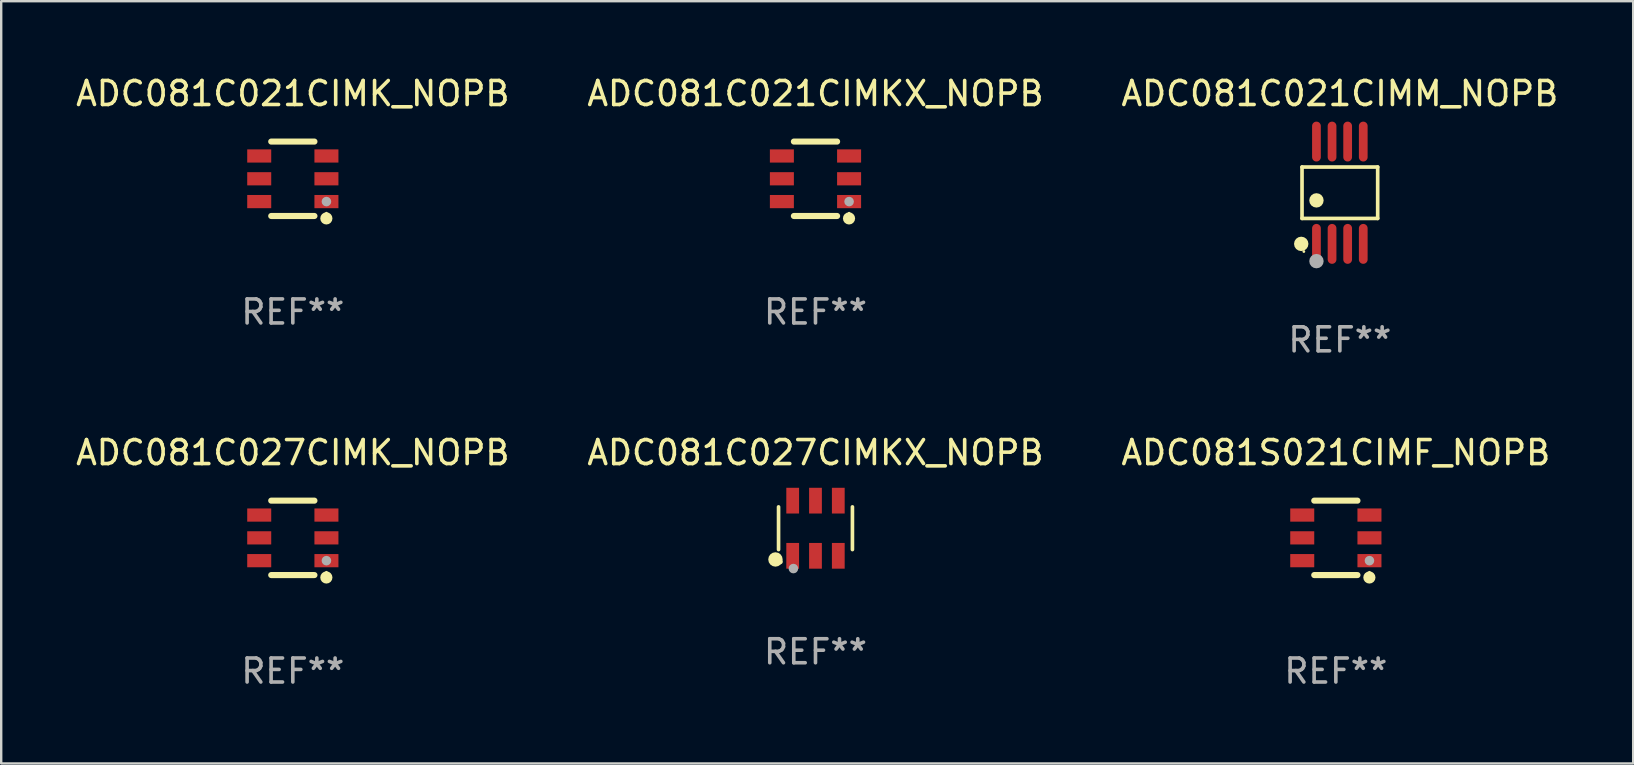
<source format=kicad_pcb>
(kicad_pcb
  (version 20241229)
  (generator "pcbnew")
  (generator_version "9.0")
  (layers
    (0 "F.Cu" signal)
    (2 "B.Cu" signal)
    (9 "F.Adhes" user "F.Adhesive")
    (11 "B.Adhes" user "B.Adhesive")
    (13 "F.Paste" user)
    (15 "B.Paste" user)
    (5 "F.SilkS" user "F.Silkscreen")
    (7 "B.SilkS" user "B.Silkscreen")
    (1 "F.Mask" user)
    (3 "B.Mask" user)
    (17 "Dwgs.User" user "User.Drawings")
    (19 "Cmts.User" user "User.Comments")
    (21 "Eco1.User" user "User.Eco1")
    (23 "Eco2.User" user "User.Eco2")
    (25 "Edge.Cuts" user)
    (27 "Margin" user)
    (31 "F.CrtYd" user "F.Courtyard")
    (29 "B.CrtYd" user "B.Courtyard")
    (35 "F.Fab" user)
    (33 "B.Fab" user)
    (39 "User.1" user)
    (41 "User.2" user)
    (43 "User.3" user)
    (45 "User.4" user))
  (footprint "ADC081C021CIMK_NOPB"
    (layer "F.Cu")
    (at 9.149 4.398)
    (property "Reference" "ADC081C021CIMK_NOPB" (at 0 -3.55 0) (layer "F.SilkS") (effects (font (size 1 1) (thickness 0.15))))
    (attr through_hole)
    (fp_line (start -0.9 -1.55) (end 0.9 -1.55) (stroke (width 0.254) (type solid)) (layer "F.SilkS"))
    (fp_line (start -0.9 1.55) (end 0.9 1.55) (stroke (width 0.254) (type solid)) (layer "F.SilkS"))
    (fp_circle (center 1.397 1.651) (end 1.524 1.651) (stroke (width 0.254) (type solid)) (fill no) (layer "F.SilkS"))
    (fp_circle (center 1.4 1.435) (end 1.43 1.435) (stroke (width 0.06) (type solid)) (fill no) (layer "F.SilkS"))
    (fp_circle (center 1.4 0.95) (end 1.5 0.95) (stroke (width 0.2) (type solid)) (fill no) (layer "F.Fab"))
    (fp_text user "REF**" (at 0 5.55 0) (layer "F.Fab") (effects (font (size 1 1) (thickness 0.15))))
    (pad "1" smd rect (at 1.4 0.95) (size 1 0.55) (layers "F.Cu" "F.Mask" "F.Paste"))
    (pad "2" smd rect (at 1.4 -0.000102) (size 1 0.55) (layers "F.Cu" "F.Mask" "F.Paste"))
    (pad "3" smd rect (at 1.4 -0.95) (size 1 0.55) (layers "F.Cu" "F.Mask" "F.Paste"))
    (pad "4" smd rect (at -1.4 -0.95) (size 1 0.55) (layers "F.Cu" "F.Mask" "F.Paste"))
    (pad "5" smd rect (at -1.4 -0.000102) (size 1 0.55) (layers "F.Cu" "F.Mask" "F.Paste"))
    (pad "6" smd rect (at -1.4 0.95) (size 1 0.55) (layers "F.Cu" "F.Mask" "F.Paste")))
  (footprint "ADC081C021CIMKX_NOPB"
    (layer "F.Cu")
    (at 30.923 4.398)
    (property "Reference" "ADC081C021CIMKX_NOPB" (at 0 -3.55 0) (layer "F.SilkS") (effects (font (size 1 1) (thickness 0.15))))
    (attr through_hole)
    (fp_line (start -0.9 -1.55) (end 0.9 -1.55) (stroke (width 0.254) (type solid)) (layer "F.SilkS"))
    (fp_line (start -0.9 1.55) (end 0.9 1.55) (stroke (width 0.254) (type solid)) (layer "F.SilkS"))
    (fp_circle (center 1.397 1.651) (end 1.524 1.651) (stroke (width 0.254) (type solid)) (fill no) (layer "F.SilkS"))
    (fp_circle (center 1.4 1.435) (end 1.43 1.435) (stroke (width 0.06) (type solid)) (fill no) (layer "F.SilkS"))
    (fp_circle (center 1.4 0.95) (end 1.5 0.95) (stroke (width 0.2) (type solid)) (fill no) (layer "F.Fab"))
    (fp_text user "REF**" (at 0 5.55 0) (layer "F.Fab") (effects (font (size 1 1) (thickness 0.15))))
    (pad "1" smd rect (at 1.4 0.95) (size 1 0.55) (layers "F.Cu" "F.Mask" "F.Paste"))
    (pad "2" smd rect (at 1.4 -0.000102) (size 1 0.55) (layers "F.Cu" "F.Mask" "F.Paste"))
    (pad "3" smd rect (at 1.4 -0.95) (size 1 0.55) (layers "F.Cu" "F.Mask" "F.Paste"))
    (pad "4" smd rect (at -1.4 -0.95) (size 1 0.55) (layers "F.Cu" "F.Mask" "F.Paste"))
    (pad "5" smd rect (at -1.4 -0.000102) (size 1 0.55) (layers "F.Cu" "F.Mask" "F.Paste"))
    (pad "6" smd rect (at -1.4 0.95) (size 1 0.55) (layers "F.Cu" "F.Mask" "F.Paste")))
  (footprint "ADC081S021CIMF_NOPB"
    (layer "F.Cu")
    (at 52.601 19.357)
    (property "Reference" "ADC081S021CIMF_NOPB" (at 0 -3.55 0) (layer "F.SilkS") (effects (font (size 1 1) (thickness 0.15))))
    (attr through_hole)
    (fp_line (start -0.9 -1.55) (end 0.9 -1.55) (stroke (width 0.254) (type solid)) (layer "F.SilkS"))
    (fp_line (start -0.9 1.55) (end 0.9 1.55) (stroke (width 0.254) (type solid)) (layer "F.SilkS"))
    (fp_circle (center 1.397 1.651) (end 1.524 1.651) (stroke (width 0.254) (type solid)) (fill no) (layer "F.SilkS"))
    (fp_circle (center 1.4 1.435) (end 1.43 1.435) (stroke (width 0.06) (type solid)) (fill no) (layer "F.SilkS"))
    (fp_circle (center 1.4 0.95) (end 1.5 0.95) (stroke (width 0.2) (type solid)) (fill no) (layer "F.Fab"))
    (fp_text user "REF**" (at 0 5.55 0) (layer "F.Fab") (effects (font (size 1 1) (thickness 0.15))))
    (pad "1" smd rect (at 1.4 0.95) (size 1 0.55) (layers "F.Cu" "F.Mask" "F.Paste"))
    (pad "2" smd rect (at 1.4 -0.000102) (size 1 0.55) (layers "F.Cu" "F.Mask" "F.Paste"))
    (pad "3" smd rect (at 1.4 -0.95) (size 1 0.55) (layers "F.Cu" "F.Mask" "F.Paste"))
    (pad "4" smd rect (at -1.4 -0.95) (size 1 0.55) (layers "F.Cu" "F.Mask" "F.Paste"))
    (pad "5" smd rect (at -1.4 -0.000102) (size 1 0.55) (layers "F.Cu" "F.Mask" "F.Paste"))
    (pad "6" smd rect (at -1.4 0.95) (size 1 0.55) (layers "F.Cu" "F.Mask" "F.Paste")))
  (footprint "ADC081C027CIMKX_NOPB"
    (layer "F.Cu")
    (at 30.923 18.956)
    (property "Reference" "ADC081C027CIMKX_NOPB" (at 0 -3.149 0) (layer "F.SilkS") (effects (font (size 1 1) (thickness 0.15))))
    (attr through_hole)
    (fp_line (start -1.539 0.889) (end -1.539 -0.889) (stroke (width 0.152) (type solid)) (layer "F.SilkS"))
    (fp_line (start 1.539 0.889) (end 1.539 -0.889) (stroke (width 0.152) (type solid)) (layer "F.SilkS"))
    (fp_circle (center -1.668 1.301) (end -1.518 1.301) (stroke (width 0.3) (type solid)) (fill no) (layer "F.SilkS"))
    (fp_circle (center -1.463 1.4) (end -1.413 1.4) (stroke (width 0.1) (type solid)) (fill no) (layer "F.SilkS"))
    (fp_circle (center -0.92 1.68) (end -0.82 1.68) (stroke (width 0.2) (type solid)) (fill no) (layer "F.Fab"))
    (fp_text user "REF**" (at 0 5.149 0) (layer "F.Fab") (effects (font (size 1 1) (thickness 0.15))))
    (pad "1" smd rect (at -0.95 1.149) (size 0.532 1.072) (layers "F.Cu" "F.Mask" "F.Paste"))
    (pad "2" smd rect (at 0 1.149) (size 0.532 1.072) (layers "F.Cu" "F.Mask" "F.Paste"))
    (pad "3" smd rect (at 0.95 1.149) (size 0.532 1.072) (layers "F.Cu" "F.Mask" "F.Paste"))
    (pad "4" smd rect (at 0.95 -1.149) (size 0.532 1.072) (layers "F.Cu" "F.Mask" "F.Paste"))
    (pad "5" smd rect (at 0 -1.149) (size 0.532 1.072) (layers "F.Cu" "F.Mask" "F.Paste"))
    (pad "6" smd rect (at -0.95 -1.149) (size 0.532 1.072) (layers "F.Cu" "F.Mask" "F.Paste")))
  (footprint "ADC081C021CIMM_NOPB"
    (layer "F.Cu")
    (at 52.768 4.979)
    (property "Reference" "ADC081C021CIMM_NOPB" (at 0 -4.131 0) (layer "F.SilkS") (effects (font (size 1 1) (thickness 0.15))))
    (attr through_hole)
    (fp_line (start -1.576 -1.071) (end 1.576 -1.071) (stroke (width 0.152) (type solid)) (layer "F.SilkS"))
    (fp_line (start -1.576 1.071) (end -1.576 -1.071) (stroke (width 0.152) (type solid)) (layer "F.SilkS"))
    (fp_line (start 1.576 -1.071) (end 1.576 1.071) (stroke (width 0.152) (type solid)) (layer "F.SilkS"))
    (fp_line (start 1.576 1.071) (end -1.576 1.071) (stroke (width 0.152) (type solid)) (layer "F.SilkS"))
    (fp_circle (center -1.609 2.131) (end -1.459 2.131) (stroke (width 0.3) (type solid)) (fill no) (layer "F.SilkS"))
    (fp_circle (center -1.5 2.45) (end -1.47 2.45) (stroke (width 0.06) (type solid)) (fill no) (layer "F.SilkS"))
    (fp_circle (center -0.975 0.319) (end -0.825 0.319) (stroke (width 0.3) (type solid)) (fill no) (layer "F.SilkS"))
    (fp_circle (center -0.975 2.85) (end -0.825 2.85) (stroke (width 0.3) (type solid)) (fill no) (layer "F.Fab"))
    (fp_text user "REF**" (at 0 6.131 0) (layer "F.Fab") (effects (font (size 1 1) (thickness 0.15))))
    (pad "1" smd oval (at -0.975 2.131) (size 0.364 1.662) (layers "F.Cu" "F.Mask" "F.Paste"))
    (pad "2" smd oval (at -0.325 2.131) (size 0.364 1.662) (layers "F.Cu" "F.Mask" "F.Paste"))
    (pad "3" smd oval (at 0.325 2.131) (size 0.364 1.662) (layers "F.Cu" "F.Mask" "F.Paste"))
    (pad "4" smd oval (at 0.975 2.131) (size 0.364 1.662) (layers "F.Cu" "F.Mask" "F.Paste"))
    (pad "5" smd oval (at 0.975 -2.131) (size 0.364 1.662) (layers "F.Cu" "F.Mask" "F.Paste"))
    (pad "6" smd oval (at 0.325 -2.131) (size 0.364 1.662) (layers "F.Cu" "F.Mask" "F.Paste"))
    (pad "7" smd oval (at -0.325 -2.131) (size 0.364 1.662) (layers "F.Cu" "F.Mask" "F.Paste"))
    (pad "8" smd oval (at -0.975 -2.131) (size 0.364 1.662) (layers "F.Cu" "F.Mask" "F.Paste")))
  (footprint "ADC081C027CIMK_NOPB"
    (layer "F.Cu")
    (at 9.149 19.357)
    (property "Reference" "ADC081C027CIMK_NOPB" (at 0 -3.55 0) (layer "F.SilkS") (effects (font (size 1 1) (thickness 0.15))))
    (attr through_hole)
    (fp_line (start -0.9 -1.55) (end 0.9 -1.55) (stroke (width 0.254) (type solid)) (layer "F.SilkS"))
    (fp_line (start -0.9 1.55) (end 0.9 1.55) (stroke (width 0.254) (type solid)) (layer "F.SilkS"))
    (fp_circle (center 1.397 1.651) (end 1.524 1.651) (stroke (width 0.254) (type solid)) (fill no) (layer "F.SilkS"))
    (fp_circle (center 1.4 1.435) (end 1.43 1.435) (stroke (width 0.06) (type solid)) (fill no) (layer "F.SilkS"))
    (fp_circle (center 1.4 0.95) (end 1.5 0.95) (stroke (width 0.2) (type solid)) (fill no) (layer "F.Fab"))
    (fp_text user "REF**" (at 0 5.55 0) (layer "F.Fab") (effects (font (size 1 1) (thickness 0.15))))
    (pad "1" smd rect (at 1.4 0.95) (size 1 0.55) (layers "F.Cu" "F.Mask" "F.Paste"))
    (pad "2" smd rect (at 1.4 -0.000102) (size 1 0.55) (layers "F.Cu" "F.Mask" "F.Paste"))
    (pad "3" smd rect (at 1.4 -0.95) (size 1 0.55) (layers "F.Cu" "F.Mask" "F.Paste"))
    (pad "4" smd rect (at -1.4 -0.95) (size 1 0.55) (layers "F.Cu" "F.Mask" "F.Paste"))
    (pad "5" smd rect (at -1.4 -0.000102) (size 1 0.55) (layers "F.Cu" "F.Mask" "F.Paste"))
    (pad "6" smd rect (at -1.4 0.95) (size 1 0.55) (layers "F.Cu" "F.Mask" "F.Paste")))
  (gr_rect
    (start -3 -3)
    (end 64.988 28.755)
    (stroke (width 0.1) (type default))
    (fill no)
    (layer "Edge.Cuts")))
</source>
